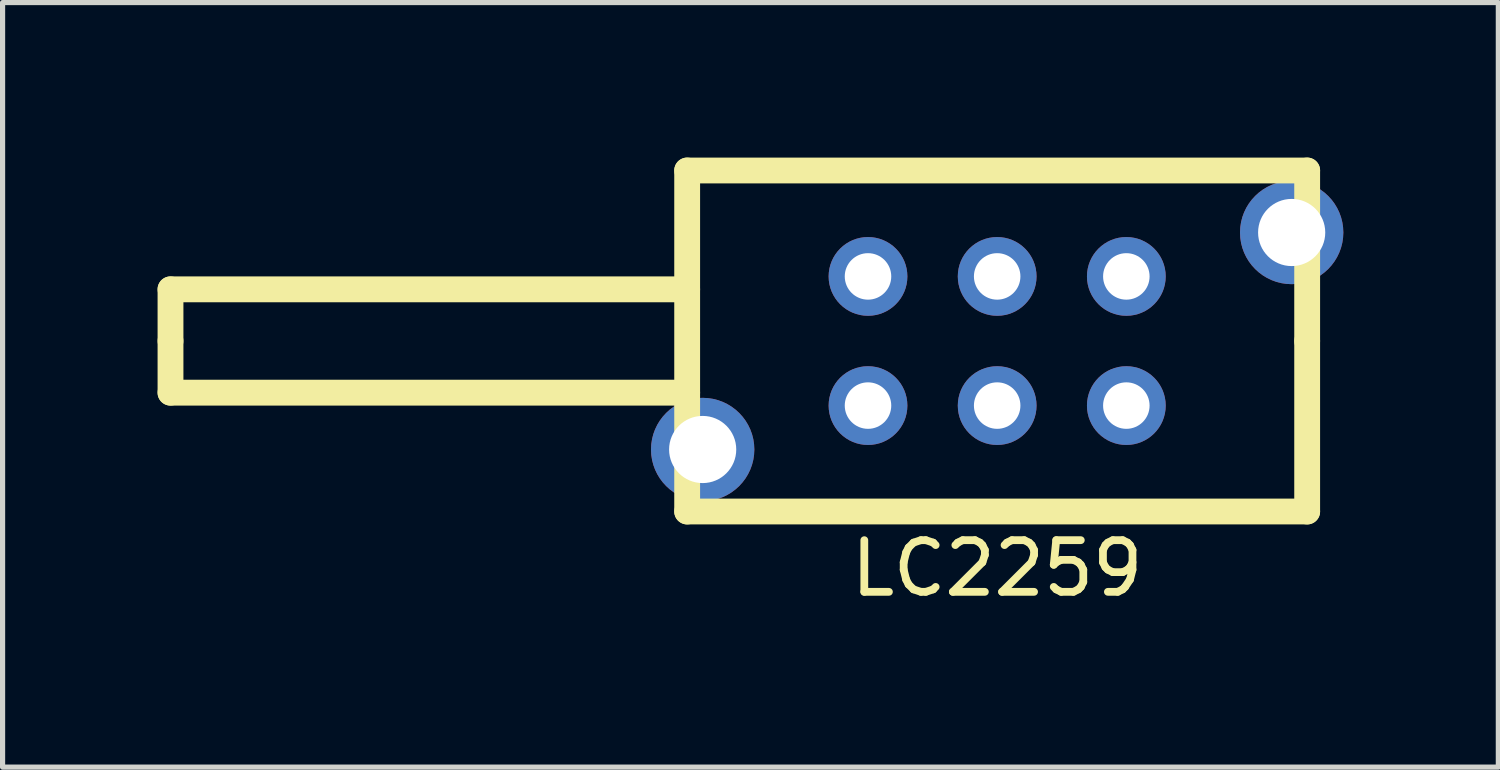
<source format=kicad_pcb>
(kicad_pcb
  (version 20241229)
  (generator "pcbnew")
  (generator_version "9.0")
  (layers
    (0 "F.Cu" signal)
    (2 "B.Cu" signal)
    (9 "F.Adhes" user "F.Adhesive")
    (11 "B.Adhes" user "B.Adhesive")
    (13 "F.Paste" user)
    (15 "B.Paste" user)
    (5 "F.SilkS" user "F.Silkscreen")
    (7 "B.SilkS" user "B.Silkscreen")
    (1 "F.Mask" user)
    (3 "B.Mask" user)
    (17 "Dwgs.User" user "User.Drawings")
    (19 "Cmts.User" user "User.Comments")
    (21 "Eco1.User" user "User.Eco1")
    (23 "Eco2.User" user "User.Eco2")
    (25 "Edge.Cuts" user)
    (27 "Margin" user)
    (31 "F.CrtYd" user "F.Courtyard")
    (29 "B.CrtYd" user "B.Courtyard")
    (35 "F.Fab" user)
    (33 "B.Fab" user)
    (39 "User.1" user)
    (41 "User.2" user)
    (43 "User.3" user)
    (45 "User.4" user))
  (footprint "LC2259"
    (layer "F.Cu")
    (at 16.25 3.55)
    (property "Reference" "LC2259" (at 0 4.4 0) (layer "F.SilkS") (effects (font (size 1 1) (thickness 0.15))))
    (attr through_hole)
    (fp_line (start -16 -1) (end -6 -1) (stroke (width 0.5) (type solid)) (layer "F.SilkS"))
    (fp_line (start -16 0) (end -16 -1) (stroke (width 0.5) (type solid)) (layer "F.SilkS"))
    (fp_line (start -16 0) (end -16 1) (stroke (width 0.5) (type solid)) (layer "F.SilkS"))
    (fp_line (start -16 1) (end -6 1) (stroke (width 0.5) (type solid)) (layer "F.SilkS"))
    (fp_line (start -6 -3.3) (end -6 3.3) (stroke (width 0.5) (type solid)) (layer "F.SilkS"))
    (fp_line (start -6 3.3) (end 6 3.3) (stroke (width 0.5) (type solid)) (layer "F.SilkS"))
    (fp_line (start 6 -3.3) (end -6 -3.3) (stroke (width 0.5) (type solid)) (layer "F.SilkS"))
    (fp_line (start 6 0) (end 6 -3.3) (stroke (width 0.5) (type solid)) (layer "F.SilkS"))
    (fp_line (start 6 3.3) (end 6 0) (stroke (width 0.5) (type solid)) (layer "F.SilkS"))
    (pad "1" thru_hole circle (at -2.5 -1.25) (size 1.524 1.524) (drill 0.9) (layers "*.Cu" "*.Mask"))
    (pad "2" thru_hole circle (at 0 -1.25) (size 1.524 1.524) (drill 0.9) (layers "*.Cu" "*.Mask"))
    (pad "3" thru_hole circle (at 2.5 -1.25) (size 1.524 1.524) (drill 0.9) (layers "*.Cu" "*.Mask"))
    (pad "4" thru_hole circle (at -2.5 1.25) (size 1.524 1.524) (drill 0.9) (layers "*.Cu" "*.Mask"))
    (pad "5" thru_hole circle (at 0 1.25) (size 1.524 1.524) (drill 0.9) (layers "*.Cu" "*.Mask"))
    (pad "6" thru_hole circle (at 2.5 1.25) (size 1.524 1.524) (drill 0.9) (layers "*.Cu" "*.Mask"))
    (pad "S" thru_hole circle (at -5.7 2.1) (size 2 2) (drill 1.3) (layers "*.Cu" "*.Mask"))
    (pad "S" thru_hole circle (at 5.7 -2.1) (size 2 2) (drill 1.3) (layers "*.Cu" "*.Mask")))
  (gr_rect
    (start -3 -3)
    (end 25.95 11.798)
    (stroke (width 0.1) (type default))
    (fill no)
    (layer "Edge.Cuts")))
</source>
